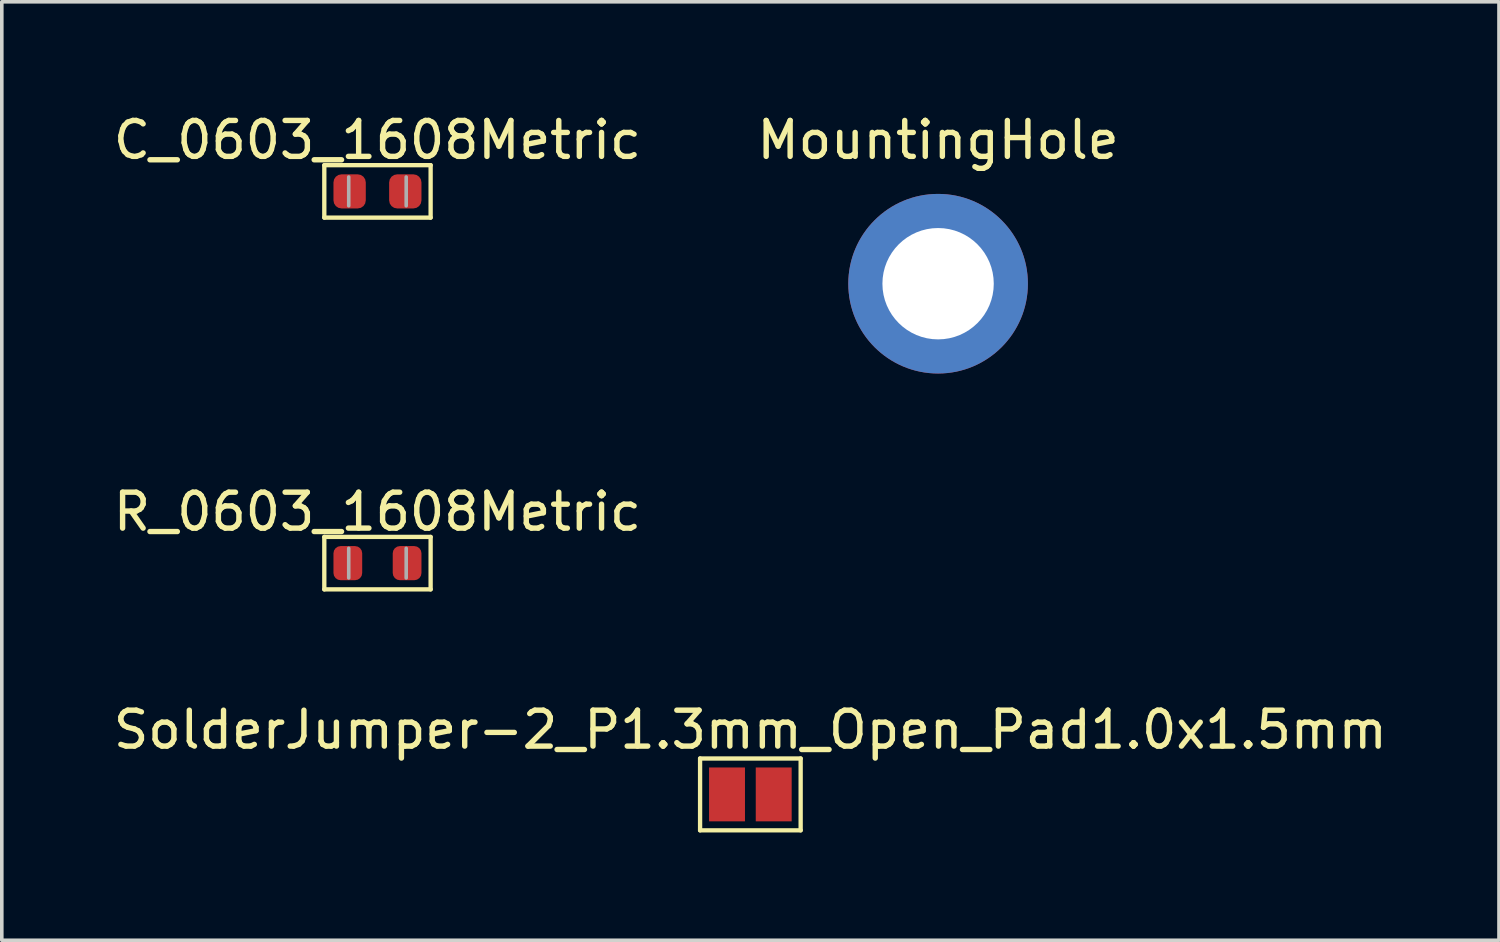
<source format=kicad_pcb>
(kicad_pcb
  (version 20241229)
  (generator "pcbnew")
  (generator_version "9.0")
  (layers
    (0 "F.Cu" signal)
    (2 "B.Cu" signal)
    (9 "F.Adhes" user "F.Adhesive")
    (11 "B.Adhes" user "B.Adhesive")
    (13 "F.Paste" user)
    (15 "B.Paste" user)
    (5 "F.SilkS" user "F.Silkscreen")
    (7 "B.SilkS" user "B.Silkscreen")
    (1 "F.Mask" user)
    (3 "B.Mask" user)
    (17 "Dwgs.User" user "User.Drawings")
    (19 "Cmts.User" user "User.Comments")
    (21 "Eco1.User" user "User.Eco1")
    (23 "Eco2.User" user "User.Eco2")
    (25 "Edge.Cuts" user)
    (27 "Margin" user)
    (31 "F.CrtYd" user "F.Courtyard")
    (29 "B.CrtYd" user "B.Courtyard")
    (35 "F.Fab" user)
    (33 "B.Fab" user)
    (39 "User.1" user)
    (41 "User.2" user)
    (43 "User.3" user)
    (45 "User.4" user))
  (footprint "MountingHole"
    (layer "F.Cu")
    (at 23.065 4.848)
    (property "Reference" "MountingHole" (at 0 -4 0) (layer "F.SilkS") (effects (font (size 1 1) (thickness 0.15))))
    (attr exclude_from_pos_files exclude_from_bom)
    (pad "" thru_hole circle (at 0 0) (size 5 5) (drill 3.1) (layers "*.Cu" "*.Mask")))
  (footprint "SolderJumper-2_P1.3mm_Open_Pad1.0x1.5mm"
    (layer "F.Cu")
    (at 17.839 19.065)
    (property "Reference" "SolderJumper-2_P1.3mm_Open_Pad1.0x1.5mm" (at 0 -1.8 0) (layer "F.SilkS") (effects (font (size 1 1) (thickness 0.15))))
    (attr exclude_from_pos_files exclude_from_bom)
    (fp_line (start -1.4 -1) (end 1.4 -1) (stroke (width 0.12) (type solid)) (layer "F.SilkS"))
    (fp_line (start -1.4 1) (end -1.4 -1) (stroke (width 0.12) (type solid)) (layer "F.SilkS"))
    (fp_line (start 1.4 -1) (end 1.4 1) (stroke (width 0.12) (type solid)) (layer "F.SilkS"))
    (fp_line (start 1.4 1) (end -1.4 1) (stroke (width 0.12) (type solid)) (layer "F.SilkS"))
    (pad "1" smd rect (at -0.65 0) (size 1 1.5) (layers "F.Cu" "F.Mask"))
    (pad "2" smd rect (at 0.65 0) (size 1 1.5) (layers "F.Cu" "F.Mask")))
  (footprint "C_0603_1608Metric"
    (layer "F.Cu")
    (at 7.458 2.278)
    (property "Reference" "C_0603_1608Metric" (at 0 -1.43 0) (layer "F.SilkS") (effects (font (size 1 1) (thickness 0.15))))
    (attr smd)
    (fp_line (start -1.48 -0.73) (end 1.48 -0.73) (stroke (width 0.12) (type solid)) (layer "F.SilkS"))
    (fp_line (start -1.48 0.73) (end -1.48 -0.73) (stroke (width 0.12) (type solid)) (layer "F.SilkS"))
    (fp_line (start 1.48 -0.73) (end 1.48 0.73) (stroke (width 0.12) (type solid)) (layer "F.SilkS"))
    (fp_line (start 1.48 0.73) (end -1.48 0.73) (stroke (width 0.12) (type solid)) (layer "F.SilkS"))
    (fp_line (start -0.8 0.4) (end -0.8 -0.4) (stroke (width 0.1) (type solid)) (layer "F.Fab"))
    (fp_line (start 0.8 -0.4) (end 0.8 0.4) (stroke (width 0.1) (type solid)) (layer "F.Fab"))
    (pad "1" smd roundrect (at -0.775 0) (size 0.9 0.95) (layers "F.Cu" "F.Mask" "F.Paste") (roundrect_rratio 0.25))
    (pad "2" smd roundrect (at 0.775 0) (size 0.9 0.95) (layers "F.Cu" "F.Mask" "F.Paste") (roundrect_rratio 0.25)))
  (footprint "R_0603_1608Metric"
    (layer "F.Cu")
    (at 7.458 12.627)
    (property "Reference" "R_0603_1608Metric" (at 0 -1.43 0) (layer "F.SilkS") (effects (font (size 1 1) (thickness 0.15))))
    (attr smd)
    (fp_line (start -1.48 -0.73) (end 1.48 -0.73) (stroke (width 0.12) (type solid)) (layer "F.SilkS"))
    (fp_line (start -1.48 0.73) (end -1.48 -0.73) (stroke (width 0.12) (type solid)) (layer "F.SilkS"))
    (fp_line (start 1.48 -0.73) (end 1.48 0.73) (stroke (width 0.12) (type solid)) (layer "F.SilkS"))
    (fp_line (start 1.48 0.73) (end -1.48 0.73) (stroke (width 0.12) (type solid)) (layer "F.SilkS"))
    (fp_line (start -0.8 0.412) (end -0.8 -0.412) (stroke (width 0.1) (type solid)) (layer "F.Fab"))
    (fp_line (start 0.8 -0.412) (end 0.8 0.412) (stroke (width 0.1) (type solid)) (layer "F.Fab"))
    (pad "1" smd roundrect (at -0.825 0) (size 0.8 0.95) (layers "F.Cu" "F.Mask" "F.Paste") (roundrect_rratio 0.25))
    (pad "2" smd roundrect (at 0.825 0) (size 0.8 0.95) (layers "F.Cu" "F.Mask" "F.Paste") (roundrect_rratio 0.25)))
  (gr_rect
    (start -3 -3)
    (end 38.679 23.125)
    (stroke (width 0.1) (type default))
    (fill no)
    (layer "Edge.Cuts")))
</source>
